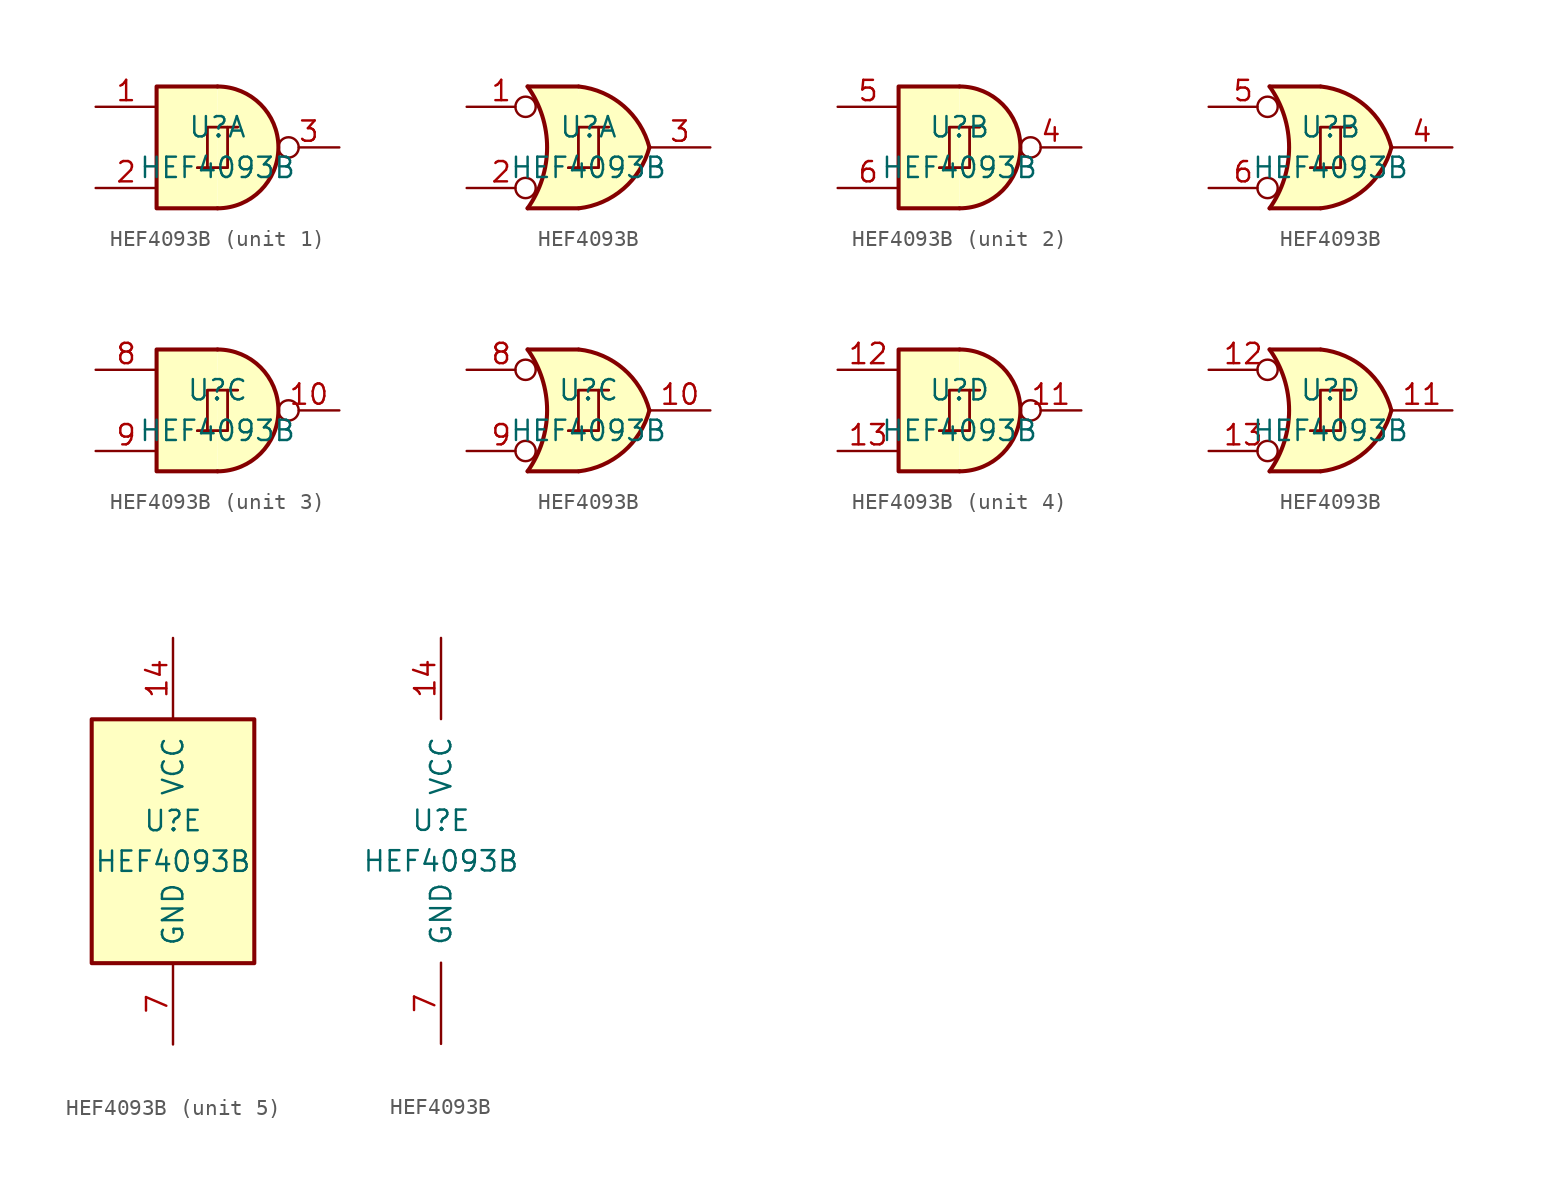
<source format=kicad_sym>
(kicad_symbol_lib
  (version 20211014)
  (generator kicad_symbol_editor)
  (symbol "HEF4093B"
    (pin_names
      (offset 1.016))
    (property "Reference" "U"
      (at 0 1.27 0)
      (effects (font (size 1.27 1.27))))
    (property "Value" "HEF4093B"
      (at 0 -1.27 0)
      (effects (font (size 1.27 1.27))))
    (property "ki_locked" ""
      (at 0 0 0)
      (effects (font (size 1.27 1.27))))
    (symbol "HEF4093B_1_0"
      (polyline (pts (xy -0.635 -1.27) (xy -0.635 1.27) (xy 0.635 1.27)) (stroke (width 0) (type default) (color 0 0 0 0)) (fill (type none)))
      (polyline (pts (xy -0.635 -1.27) (xy -0.635 1.27) (xy 0.635 1.27)) (stroke (width 0) (type default) (color 0 0 0 0)) (fill (type none)))
      (polyline (pts (xy -1.27 -1.27) (xy 0.635 -1.27) (xy 0.635 1.27) (xy 1.27 1.27)) (stroke (width 0) (type default) (color 0 0 0 0)) (fill (type none)))
      (polyline (pts (xy -1.27 -1.27) (xy 0.635 -1.27) (xy 0.635 1.27) (xy 1.27 1.27)) (stroke (width 0) (type default) (color 0 0 0 0)) (fill (type none))))
    (symbol "HEF4093B_1_1"
      (arc (start 0 -3.81) (mid 3.81 0) (end 0 3.81) (stroke (width 0.254) (type default) (color 0 0 0 0)) (fill (type background)))
      (polyline (pts (xy 0 3.81) (xy -3.81 3.81) (xy -3.81 -3.81) (xy 0 -3.81)) (stroke (width 0.254) (type default) (color 0 0 0 0)) (fill (type background)))
      (pin input line (at -7.62 2.54 0) (length 3.81) (name "~" (effects (font (size 1.27 1.27)))) (number "1" (effects (font (size 1.27 1.27)))))
      (pin input line (at -7.62 -2.54 0) (length 3.81) (name "~" (effects (font (size 1.27 1.27)))) (number "2" (effects (font (size 1.27 1.27)))))
      (pin output inverted (at 7.62 0 180) (length 3.81) (name "~" (effects (font (size 1.27 1.27)))) (number "3" (effects (font (size 1.27 1.27))))))
    (symbol "HEF4093B_1_2"
      (arc (start -3.81 -3.81) (mid -2.589 0) (end -3.81 3.81) (stroke (width 0.254) (type default) (color 0 0 0 0)) (fill (type none)))
      (arc (start -0.6096 -3.81) (mid 2.1842 -2.5851) (end 3.81 0) (stroke (width 0.254) (type default) (color 0 0 0 0)) (fill (type background)))
      (polyline (pts (xy -3.81 -3.81) (xy -0.635 -3.81)) (stroke (width 0.254) (type default) (color 0 0 0 0)) (fill (type background)))
      (polyline (pts (xy -3.81 3.81) (xy -0.635 3.81)) (stroke (width 0.254) (type default) (color 0 0 0 0)) (fill (type background)))
      (polyline (pts (xy -0.635 3.81) (xy -3.81 3.81) (xy -3.81 3.81) (xy -3.556 3.404) (xy -3.023 2.261) (xy -2.692 1.041) (xy -2.616 -0.254) (xy -2.769 -1.499) (xy -3.175 -2.718) (xy -3.81 -3.81) (xy -3.81 -3.81) (xy -0.635 -3.81)) (stroke (width -25.4) (type default) (color 0 0 0 0)) (fill (type background)))
      (arc (start 3.81 0) (mid 2.1915 2.5936) (end -0.6096 3.81) (stroke (width 0.254) (type default) (color 0 0 0 0)) (fill (type background)))
      (pin input inverted (at -7.62 2.54 0) (length 4.318) (name "~" (effects (font (size 1.27 1.27)))) (number "1" (effects (font (size 1.27 1.27)))))
      (pin input inverted (at -7.62 -2.54 0) (length 4.318) (name "~" (effects (font (size 1.27 1.27)))) (number "2" (effects (font (size 1.27 1.27)))))
      (pin output line (at 7.62 0 180) (length 3.81) (name "~" (effects (font (size 1.27 1.27)))) (number "3" (effects (font (size 1.27 1.27))))))
    (symbol "HEF4093B_2_0"
      (polyline (pts (xy -0.635 -1.27) (xy -0.635 1.27) (xy 0.635 1.27)) (stroke (width 0) (type default) (color 0 0 0 0)) (fill (type none)))
      (polyline (pts (xy -0.635 -1.27) (xy -0.635 1.27) (xy 0.635 1.27)) (stroke (width 0) (type default) (color 0 0 0 0)) (fill (type none)))
      (polyline (pts (xy -1.27 -1.27) (xy 0.635 -1.27) (xy 0.635 1.27) (xy 1.27 1.27)) (stroke (width 0) (type default) (color 0 0 0 0)) (fill (type none)))
      (polyline (pts (xy -1.27 -1.27) (xy 0.635 -1.27) (xy 0.635 1.27) (xy 1.27 1.27)) (stroke (width 0) (type default) (color 0 0 0 0)) (fill (type none))))
    (symbol "HEF4093B_2_1"
      (arc (start 0 -3.81) (mid 3.81 0) (end 0 3.81) (stroke (width 0.254) (type default) (color 0 0 0 0)) (fill (type background)))
      (polyline (pts (xy 0 3.81) (xy -3.81 3.81) (xy -3.81 -3.81) (xy 0 -3.81)) (stroke (width 0.254) (type default) (color 0 0 0 0)) (fill (type background)))
      (pin output inverted (at 7.62 0 180) (length 3.81) (name "~" (effects (font (size 1.27 1.27)))) (number "4" (effects (font (size 1.27 1.27)))))
      (pin input line (at -7.62 2.54 0) (length 3.81) (name "~" (effects (font (size 1.27 1.27)))) (number "5" (effects (font (size 1.27 1.27)))))
      (pin input line (at -7.62 -2.54 0) (length 3.81) (name "~" (effects (font (size 1.27 1.27)))) (number "6" (effects (font (size 1.27 1.27))))))
    (symbol "HEF4093B_2_2"
      (arc (start -3.81 -3.81) (mid -2.589 0) (end -3.81 3.81) (stroke (width 0.254) (type default) (color 0 0 0 0)) (fill (type none)))
      (arc (start -0.6096 -3.81) (mid 2.1842 -2.5851) (end 3.81 0) (stroke (width 0.254) (type default) (color 0 0 0 0)) (fill (type background)))
      (polyline (pts (xy -3.81 -3.81) (xy -0.635 -3.81)) (stroke (width 0.254) (type default) (color 0 0 0 0)) (fill (type background)))
      (polyline (pts (xy -3.81 3.81) (xy -0.635 3.81)) (stroke (width 0.254) (type default) (color 0 0 0 0)) (fill (type background)))
      (polyline (pts (xy -0.635 3.81) (xy -3.81 3.81) (xy -3.81 3.81) (xy -3.556 3.404) (xy -3.023 2.261) (xy -2.692 1.041) (xy -2.616 -0.254) (xy -2.769 -1.499) (xy -3.175 -2.718) (xy -3.81 -3.81) (xy -3.81 -3.81) (xy -0.635 -3.81)) (stroke (width -25.4) (type default) (color 0 0 0 0)) (fill (type background)))
      (arc (start 3.81 0) (mid 2.1915 2.5936) (end -0.6096 3.81) (stroke (width 0.254) (type default) (color 0 0 0 0)) (fill (type background)))
      (pin output line (at 7.62 0 180) (length 3.81) (name "~" (effects (font (size 1.27 1.27)))) (number "4" (effects (font (size 1.27 1.27)))))
      (pin input inverted (at -7.62 2.54 0) (length 4.318) (name "~" (effects (font (size 1.27 1.27)))) (number "5" (effects (font (size 1.27 1.27)))))
      (pin input inverted (at -7.62 -2.54 0) (length 4.318) (name "~" (effects (font (size 1.27 1.27)))) (number "6" (effects (font (size 1.27 1.27))))))
    (symbol "HEF4093B_3_0"
      (polyline (pts (xy -0.635 -1.27) (xy -0.635 1.27) (xy 0.635 1.27)) (stroke (width 0) (type default) (color 0 0 0 0)) (fill (type none)))
      (polyline (pts (xy -0.635 -1.27) (xy -0.635 1.27) (xy 0.635 1.27)) (stroke (width 0) (type default) (color 0 0 0 0)) (fill (type none)))
      (polyline (pts (xy -1.27 -1.27) (xy 0.635 -1.27) (xy 0.635 1.27) (xy 1.27 1.27)) (stroke (width 0) (type default) (color 0 0 0 0)) (fill (type none)))
      (polyline (pts (xy -1.27 -1.27) (xy 0.635 -1.27) (xy 0.635 1.27) (xy 1.27 1.27)) (stroke (width 0) (type default) (color 0 0 0 0)) (fill (type none))))
    (symbol "HEF4093B_3_1"
      (arc (start 0 -3.81) (mid 3.81 0) (end 0 3.81) (stroke (width 0.254) (type default) (color 0 0 0 0)) (fill (type background)))
      (polyline (pts (xy 0 3.81) (xy -3.81 3.81) (xy -3.81 -3.81) (xy 0 -3.81)) (stroke (width 0.254) (type default) (color 0 0 0 0)) (fill (type background)))
      (pin output inverted (at 7.62 0 180) (length 3.81) (name "~" (effects (font (size 1.27 1.27)))) (number "10" (effects (font (size 1.27 1.27)))))
      (pin input line (at -7.62 2.54 0) (length 3.81) (name "~" (effects (font (size 1.27 1.27)))) (number "8" (effects (font (size 1.27 1.27)))))
      (pin input line (at -7.62 -2.54 0) (length 3.81) (name "~" (effects (font (size 1.27 1.27)))) (number "9" (effects (font (size 1.27 1.27))))))
    (symbol "HEF4093B_3_2"
      (arc (start -3.81 -3.81) (mid -2.589 0) (end -3.81 3.81) (stroke (width 0.254) (type default) (color 0 0 0 0)) (fill (type none)))
      (arc (start -0.6096 -3.81) (mid 2.1842 -2.5851) (end 3.81 0) (stroke (width 0.254) (type default) (color 0 0 0 0)) (fill (type background)))
      (polyline (pts (xy -3.81 -3.81) (xy -0.635 -3.81)) (stroke (width 0.254) (type default) (color 0 0 0 0)) (fill (type background)))
      (polyline (pts (xy -3.81 3.81) (xy -0.635 3.81)) (stroke (width 0.254) (type default) (color 0 0 0 0)) (fill (type background)))
      (polyline (pts (xy -0.635 3.81) (xy -3.81 3.81) (xy -3.81 3.81) (xy -3.556 3.404) (xy -3.023 2.261) (xy -2.692 1.041) (xy -2.616 -0.254) (xy -2.769 -1.499) (xy -3.175 -2.718) (xy -3.81 -3.81) (xy -3.81 -3.81) (xy -0.635 -3.81)) (stroke (width -25.4) (type default) (color 0 0 0 0)) (fill (type background)))
      (arc (start 3.81 0) (mid 2.1915 2.5936) (end -0.6096 3.81) (stroke (width 0.254) (type default) (color 0 0 0 0)) (fill (type background)))
      (pin output line (at 7.62 0 180) (length 3.81) (name "~" (effects (font (size 1.27 1.27)))) (number "10" (effects (font (size 1.27 1.27)))))
      (pin input inverted (at -7.62 2.54 0) (length 4.318) (name "~" (effects (font (size 1.27 1.27)))) (number "8" (effects (font (size 1.27 1.27)))))
      (pin input inverted (at -7.62 -2.54 0) (length 4.318) (name "~" (effects (font (size 1.27 1.27)))) (number "9" (effects (font (size 1.27 1.27))))))
    (symbol "HEF4093B_4_0"
      (polyline (pts (xy -0.635 -1.27) (xy -0.635 1.27) (xy 0.635 1.27)) (stroke (width 0) (type default) (color 0 0 0 0)) (fill (type none)))
      (polyline (pts (xy -0.635 -1.27) (xy -0.635 1.27) (xy 0.635 1.27)) (stroke (width 0) (type default) (color 0 0 0 0)) (fill (type none)))
      (polyline (pts (xy -1.27 -1.27) (xy 0.635 -1.27) (xy 0.635 1.27) (xy 1.27 1.27)) (stroke (width 0) (type default) (color 0 0 0 0)) (fill (type none)))
      (polyline (pts (xy -1.27 -1.27) (xy 0.635 -1.27) (xy 0.635 1.27) (xy 1.27 1.27)) (stroke (width 0) (type default) (color 0 0 0 0)) (fill (type none))))
    (symbol "HEF4093B_4_1"
      (arc (start 0 -3.81) (mid 3.81 0) (end 0 3.81) (stroke (width 0.254) (type default) (color 0 0 0 0)) (fill (type background)))
      (polyline (pts (xy 0 3.81) (xy -3.81 3.81) (xy -3.81 -3.81) (xy 0 -3.81)) (stroke (width 0.254) (type default) (color 0 0 0 0)) (fill (type background)))
      (pin output inverted (at 7.62 0 180) (length 3.81) (name "~" (effects (font (size 1.27 1.27)))) (number "11" (effects (font (size 1.27 1.27)))))
      (pin input line (at -7.62 2.54 0) (length 3.81) (name "~" (effects (font (size 1.27 1.27)))) (number "12" (effects (font (size 1.27 1.27)))))
      (pin input line (at -7.62 -2.54 0) (length 3.81) (name "~" (effects (font (size 1.27 1.27)))) (number "13" (effects (font (size 1.27 1.27))))))
    (symbol "HEF4093B_4_2"
      (arc (start -3.81 -3.81) (mid -2.589 0) (end -3.81 3.81) (stroke (width 0.254) (type default) (color 0 0 0 0)) (fill (type none)))
      (arc (start -0.6096 -3.81) (mid 2.1842 -2.5851) (end 3.81 0) (stroke (width 0.254) (type default) (color 0 0 0 0)) (fill (type background)))
      (polyline (pts (xy -3.81 -3.81) (xy -0.635 -3.81)) (stroke (width 0.254) (type default) (color 0 0 0 0)) (fill (type background)))
      (polyline (pts (xy -3.81 3.81) (xy -0.635 3.81)) (stroke (width 0.254) (type default) (color 0 0 0 0)) (fill (type background)))
      (polyline (pts (xy -0.635 3.81) (xy -3.81 3.81) (xy -3.81 3.81) (xy -3.556 3.404) (xy -3.023 2.261) (xy -2.692 1.041) (xy -2.616 -0.254) (xy -2.769 -1.499) (xy -3.175 -2.718) (xy -3.81 -3.81) (xy -3.81 -3.81) (xy -0.635 -3.81)) (stroke (width -25.4) (type default) (color 0 0 0 0)) (fill (type background)))
      (arc (start 3.81 0) (mid 2.1915 2.5936) (end -0.6096 3.81) (stroke (width 0.254) (type default) (color 0 0 0 0)) (fill (type background)))
      (pin output line (at 7.62 0 180) (length 3.81) (name "~" (effects (font (size 1.27 1.27)))) (number "11" (effects (font (size 1.27 1.27)))))
      (pin input inverted (at -7.62 2.54 0) (length 4.318) (name "~" (effects (font (size 1.27 1.27)))) (number "12" (effects (font (size 1.27 1.27)))))
      (pin input inverted (at -7.62 -2.54 0) (length 4.318) (name "~" (effects (font (size 1.27 1.27)))) (number "13" (effects (font (size 1.27 1.27))))))
    (symbol "HEF4093B_5_0"
      (pin power_in line (at 0 12.7 270) (length 5.08) (name "VCC" (effects (font (size 1.27 1.27)))) (number "14" (effects (font (size 1.27 1.27)))))
      (pin power_in line (at 0 -12.7 90) (length 5.08) (name "GND" (effects (font (size 1.27 1.27)))) (number "7" (effects (font (size 1.27 1.27))))))
    (symbol "HEF4093B_5_1"
      (rectangle (start -5.08 7.62) (end 5.08 -7.62) (stroke (width 0.254) (type default) (color 0 0 0 0)) (fill (type background))))))
</source>
